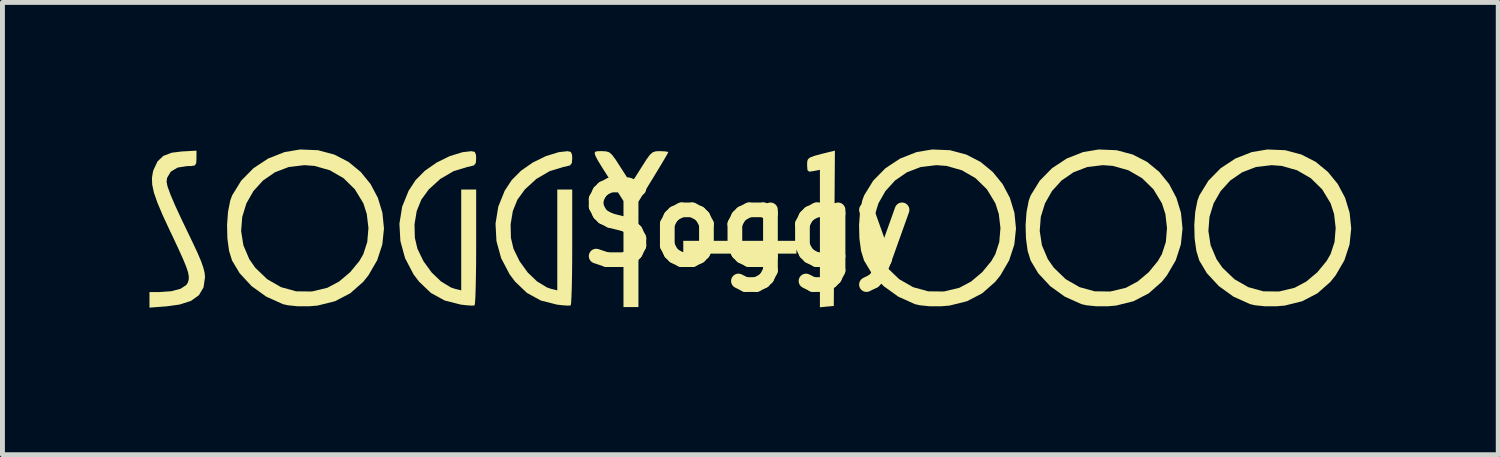
<source format=kicad_pcb>
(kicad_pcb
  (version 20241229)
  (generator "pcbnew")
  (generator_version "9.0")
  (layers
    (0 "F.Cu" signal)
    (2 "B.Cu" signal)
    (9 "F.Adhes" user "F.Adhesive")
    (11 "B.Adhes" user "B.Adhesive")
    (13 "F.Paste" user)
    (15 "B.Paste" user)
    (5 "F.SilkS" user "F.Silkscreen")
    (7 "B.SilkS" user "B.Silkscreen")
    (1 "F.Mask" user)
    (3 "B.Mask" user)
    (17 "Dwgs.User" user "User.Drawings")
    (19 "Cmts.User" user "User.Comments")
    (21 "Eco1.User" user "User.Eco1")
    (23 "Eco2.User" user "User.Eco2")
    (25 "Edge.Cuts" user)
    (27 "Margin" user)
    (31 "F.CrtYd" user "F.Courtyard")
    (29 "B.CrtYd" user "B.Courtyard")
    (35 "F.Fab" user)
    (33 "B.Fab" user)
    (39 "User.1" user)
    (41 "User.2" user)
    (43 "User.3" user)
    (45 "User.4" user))
  (footprint "Soggy"
    (layer "F.Cu")
    (at 12.199 1.559)
    (property "Reference" "Soggy" (at 0 0 0) (layer "F.SilkS") (effects (font (size 1.524 1.524) (thickness 0.3))))
    (attr board_only exclude_from_pos_files exclude_from_bom)
    (fp_poly (pts (xy 1.002 0.566) (xy -1.307 0.566) (xy -1.307 0.305) (xy 1.002 0.305)) (stroke (width 0) (type solid)) (fill yes) (layer "F.SilkS"))
    (fp_poly (pts (xy 1.776 0.05) (xy 1.764 1.634) (xy 1.623 1.647) (xy 1.481 1.661) (xy 1.481 -1.144) (xy 1.351 -1.118) (xy 1.263 -1.106) (xy 1.227 -1.137) (xy 1.22 -1.23) (xy 1.22 -1.241) (xy 1.222 -1.311) (xy 1.237 -1.36) (xy 1.28 -1.396) (xy 1.368 -1.429) (xy 1.513 -1.468) (xy 1.667 -1.506) (xy 1.787 -1.535)) (stroke (width 0) (type solid)) (fill yes) (layer "F.SilkS"))
    (fp_poly (pts (xy -2.971 -1.525) (xy -2.885 -1.521) (xy -2.82 -1.502) (xy -2.761 -1.451) (xy -2.689 -1.355) (xy -2.589 -1.2) (xy -2.588 -1.198) (xy -2.495 -1.053) (xy -2.422 -0.941) (xy -2.378 -0.879) (xy -2.371 -0.871) (xy -2.346 -0.906) (xy -2.285 -0.997) (xy -2.201 -1.13) (xy -2.158 -1.198) (xy -2.059 -1.354) (xy -1.988 -1.451) (xy -1.929 -1.502) (xy -1.865 -1.522) (xy -1.783 -1.525) (xy -1.675 -1.52) (xy -1.616 -1.509) (xy -1.612 -1.505) (xy -1.634 -1.463) (xy -1.693 -1.361) (xy -1.781 -1.213) (xy -1.89 -1.034) (xy -1.917 -0.989) (xy -2.222 -0.493) (xy -2.222 1.656) (xy -2.527 1.656) (xy -2.527 -0.507) (xy -2.815 -0.96) (xy -2.952 -1.175) (xy -3.046 -1.327) (xy -3.099 -1.428) (xy -3.116 -1.487) (xy -3.099 -1.515) (xy -3.05 -1.524) (xy -2.973 -1.525)) (stroke (width 0) (type solid)) (fill yes) (layer "F.SilkS"))
    (fp_poly (pts (xy -5.563 -1.51) (xy -5.537 -1.451) (xy -5.533 -1.378) (xy -5.54 -1.283) (xy -5.577 -1.235) (xy -5.669 -1.21) (xy -5.711 -1.203) (xy -5.995 -1.116) (xy -6.265 -0.958) (xy -6.5 -0.744) (xy -6.652 -0.535) (xy -6.746 -0.303) (xy -6.791 -0.032) (xy -6.784 0.244) (xy -6.731 0.468) (xy -6.607 0.723) (xy -6.441 0.951) (xy -6.25 1.134) (xy -6.05 1.256) (xy -5.958 1.287) (xy -5.838 1.316) (xy -5.838 -0.741) (xy -5.533 -0.741) (xy -5.533 0.433) (xy -5.534 0.744) (xy -5.538 1.025) (xy -5.543 1.265) (xy -5.549 1.452) (xy -5.557 1.575) (xy -5.566 1.623) (xy -5.566 1.623) (xy -5.624 1.627) (xy -5.739 1.619) (xy -5.848 1.606) (xy -6.175 1.523) (xy -6.457 1.368) (xy -6.7 1.136) (xy -6.811 0.989) (xy -6.983 0.66) (xy -7.079 0.311) (xy -7.099 -0.044) (xy -7.043 -0.392) (xy -6.91 -0.719) (xy -6.767 -0.936) (xy -6.578 -1.126) (xy -6.338 -1.293) (xy -6.073 -1.423) (xy -5.809 -1.504) (xy -5.631 -1.524)) (stroke (width 0) (type solid)) (fill yes) (layer "F.SilkS"))
    (fp_poly (pts (xy -3.603 -1.51) (xy -3.576 -1.451) (xy -3.573 -1.378) (xy -3.58 -1.283) (xy -3.617 -1.235) (xy -3.709 -1.21) (xy -3.751 -1.203) (xy -4.035 -1.116) (xy -4.305 -0.958) (xy -4.539 -0.744) (xy -4.691 -0.535) (xy -4.785 -0.303) (xy -4.83 -0.032) (xy -4.824 0.244) (xy -4.771 0.468) (xy -4.646 0.723) (xy -4.481 0.951) (xy -4.29 1.134) (xy -4.089 1.256) (xy -3.997 1.287) (xy -3.878 1.316) (xy -3.878 -0.741) (xy -3.573 -0.741) (xy -3.573 0.433) (xy -3.574 0.744) (xy -3.577 1.025) (xy -3.582 1.265) (xy -3.589 1.452) (xy -3.596 1.575) (xy -3.605 1.623) (xy -3.605 1.623) (xy -3.663 1.627) (xy -3.779 1.619) (xy -3.887 1.606) (xy -4.214 1.523) (xy -4.497 1.368) (xy -4.74 1.136) (xy -4.85 0.989) (xy -5.023 0.66) (xy -5.119 0.311) (xy -5.138 -0.044) (xy -5.082 -0.392) (xy -4.95 -0.719) (xy -4.807 -0.936) (xy -4.617 -1.126) (xy -4.377 -1.293) (xy -4.112 -1.423) (xy -3.849 -1.504) (xy -3.671 -1.524)) (stroke (width 0) (type solid)) (fill yes) (layer "F.SilkS"))
    (fp_poly (pts (xy -11.24 -1.377) (xy -11.245 -1.28) (xy -11.273 -1.234) (xy -11.35 -1.221) (xy -11.431 -1.22) (xy -11.624 -1.19) (xy -11.764 -1.107) (xy -11.84 -0.979) (xy -11.85 -0.898) (xy -11.83 -0.802) (xy -11.769 -0.635) (xy -11.671 -0.406) (xy -11.538 -0.119) (xy -11.458 0.046) (xy -11.32 0.334) (xy -11.216 0.556) (xy -11.144 0.726) (xy -11.099 0.856) (xy -11.074 0.957) (xy -11.066 1.043) (xy -11.066 1.05) (xy -11.096 1.255) (xy -11.19 1.414) (xy -11.351 1.53) (xy -11.584 1.605) (xy -11.851 1.642) (xy -12.199 1.668) (xy -12.199 1.351) (xy -11.992 1.35) (xy -11.75 1.333) (xy -11.564 1.283) (xy -11.446 1.205) (xy -11.415 1.155) (xy -11.398 1.096) (xy -11.397 1.029) (xy -11.413 0.943) (xy -11.452 0.827) (xy -11.517 0.669) (xy -11.612 0.46) (xy -11.74 0.186) (xy -11.786 0.091) (xy -11.932 -0.224) (xy -12.038 -0.475) (xy -12.108 -0.677) (xy -12.143 -0.84) (xy -12.149 -0.978) (xy -12.128 -1.104) (xy -12.116 -1.143) (xy -12.035 -1.315) (xy -11.917 -1.428) (xy -11.746 -1.493) (xy -11.543 -1.518) (xy -11.24 -1.535)) (stroke (width 0) (type solid)) (fill yes) (layer "F.SilkS"))
    (fp_poly (pts (xy -8.76 -1.544) (xy -8.43 -1.456) (xy -8.139 -1.306) (xy -7.89 -1.102) (xy -7.688 -0.854) (xy -7.539 -0.573) (xy -7.446 -0.267) (xy -7.414 0.054) (xy -7.448 0.38) (xy -7.553 0.702) (xy -7.732 1.01) (xy -7.838 1.142) (xy -8.103 1.376) (xy -8.415 1.538) (xy -8.769 1.626) (xy -8.946 1.641) (xy -9.178 1.64) (xy -9.375 1.62) (xy -9.476 1.597) (xy -9.816 1.444) (xy -10.116 1.229) (xy -10.359 0.966) (xy -10.514 0.707) (xy -10.575 0.51) (xy -10.609 0.26) (xy -10.613 0.104) (xy -10.329 0.104) (xy -10.283 0.395) (xy -10.163 0.678) (xy -10.042 0.853) (xy -9.797 1.088) (xy -9.515 1.25) (xy -9.208 1.335) (xy -8.886 1.339) (xy -8.569 1.263) (xy -8.331 1.136) (xy -8.105 0.946) (xy -7.917 0.718) (xy -7.835 0.576) (xy -7.755 0.328) (xy -7.731 0.044) (xy -7.765 -0.243) (xy -7.835 -0.462) (xy -8.008 -0.746) (xy -8.239 -0.973) (xy -8.519 -1.135) (xy -8.835 -1.224) (xy -9.04 -1.239) (xy -9.359 -1.201) (xy -9.642 -1.092) (xy -9.883 -0.925) (xy -10.078 -0.71) (xy -10.221 -0.46) (xy -10.306 -0.184) (xy -10.329 0.104) (xy -10.613 0.104) (xy -10.616 -0.014) (xy -10.597 -0.282) (xy -10.552 -0.514) (xy -10.513 -0.621) (xy -10.328 -0.922) (xy -10.078 -1.176) (xy -9.778 -1.374) (xy -9.443 -1.506) (xy -9.124 -1.559)) (stroke (width 0) (type solid)) (fill yes) (layer "F.SilkS"))
    (fp_poly (pts (xy 4.136 -1.544) (xy 4.466 -1.456) (xy 4.757 -1.306) (xy 5.006 -1.102) (xy 5.208 -0.854) (xy 5.357 -0.573) (xy 5.45 -0.267) (xy 5.482 0.054) (xy 5.448 0.38) (xy 5.343 0.702) (xy 5.164 1.01) (xy 5.058 1.142) (xy 4.793 1.376) (xy 4.481 1.538) (xy 4.127 1.626) (xy 3.95 1.641) (xy 3.718 1.64) (xy 3.521 1.62) (xy 3.42 1.597) (xy 3.08 1.444) (xy 2.781 1.229) (xy 2.537 0.966) (xy 2.382 0.707) (xy 2.321 0.51) (xy 2.287 0.26) (xy 2.283 0.104) (xy 2.567 0.104) (xy 2.613 0.395) (xy 2.733 0.678) (xy 2.854 0.853) (xy 3.099 1.088) (xy 3.381 1.25) (xy 3.688 1.335) (xy 4.01 1.339) (xy 4.327 1.263) (xy 4.565 1.136) (xy 4.791 0.946) (xy 4.979 0.718) (xy 5.061 0.576) (xy 5.141 0.328) (xy 5.165 0.044) (xy 5.131 -0.243) (xy 5.061 -0.462) (xy 4.889 -0.746) (xy 4.657 -0.973) (xy 4.377 -1.135) (xy 4.061 -1.224) (xy 3.856 -1.239) (xy 3.537 -1.201) (xy 3.254 -1.092) (xy 3.013 -0.925) (xy 2.818 -0.71) (xy 2.675 -0.46) (xy 2.59 -0.184) (xy 2.567 0.104) (xy 2.283 0.104) (xy 2.28 -0.014) (xy 2.299 -0.282) (xy 2.344 -0.514) (xy 2.383 -0.621) (xy 2.568 -0.922) (xy 2.818 -1.176) (xy 3.118 -1.374) (xy 3.454 -1.506) (xy 3.772 -1.559)) (stroke (width 0) (type solid)) (fill yes) (layer "F.SilkS"))
    (fp_poly (pts (xy 7.534 -1.544) (xy 7.864 -1.456) (xy 8.156 -1.306) (xy 8.405 -1.102) (xy 8.606 -0.854) (xy 8.755 -0.573) (xy 8.848 -0.267) (xy 8.88 0.054) (xy 8.846 0.38) (xy 8.742 0.702) (xy 8.562 1.01) (xy 8.456 1.142) (xy 8.191 1.376) (xy 7.879 1.538) (xy 7.525 1.626) (xy 7.348 1.641) (xy 7.116 1.64) (xy 6.919 1.62) (xy 6.818 1.597) (xy 6.478 1.444) (xy 6.179 1.229) (xy 5.935 0.966) (xy 5.781 0.707) (xy 5.72 0.51) (xy 5.686 0.26) (xy 5.681 0.104) (xy 5.966 0.104) (xy 6.011 0.395) (xy 6.131 0.678) (xy 6.253 0.853) (xy 6.497 1.088) (xy 6.779 1.25) (xy 7.087 1.335) (xy 7.408 1.339) (xy 7.725 1.263) (xy 7.963 1.136) (xy 8.189 0.946) (xy 8.377 0.718) (xy 8.459 0.576) (xy 8.54 0.328) (xy 8.563 0.044) (xy 8.53 -0.243) (xy 8.459 -0.462) (xy 8.287 -0.746) (xy 8.055 -0.973) (xy 7.775 -1.135) (xy 7.459 -1.224) (xy 7.254 -1.239) (xy 6.935 -1.201) (xy 6.653 -1.092) (xy 6.411 -0.925) (xy 6.216 -0.71) (xy 6.074 -0.46) (xy 5.988 -0.184) (xy 5.966 0.104) (xy 5.681 0.104) (xy 5.678 -0.014) (xy 5.697 -0.282) (xy 5.742 -0.514) (xy 5.781 -0.621) (xy 5.967 -0.922) (xy 6.216 -1.176) (xy 6.516 -1.374) (xy 6.852 -1.506) (xy 7.17 -1.559)) (stroke (width 0) (type solid)) (fill yes) (layer "F.SilkS"))
    (fp_poly (pts (xy 10.976 -1.544) (xy 11.306 -1.456) (xy 11.598 -1.306) (xy 11.846 -1.102) (xy 12.048 -0.854) (xy 12.197 -0.573) (xy 12.29 -0.267) (xy 12.322 0.054) (xy 12.288 0.38) (xy 12.183 0.702) (xy 12.004 1.01) (xy 11.898 1.142) (xy 11.633 1.376) (xy 11.321 1.538) (xy 10.967 1.626) (xy 10.79 1.641) (xy 10.558 1.64) (xy 10.361 1.62) (xy 10.26 1.597) (xy 9.92 1.444) (xy 9.621 1.229) (xy 9.377 0.966) (xy 9.222 0.707) (xy 9.162 0.51) (xy 9.127 0.26) (xy 9.123 0.104) (xy 9.408 0.104) (xy 9.453 0.395) (xy 9.573 0.678) (xy 9.694 0.853) (xy 9.939 1.088) (xy 10.221 1.25) (xy 10.528 1.335) (xy 10.85 1.339) (xy 11.167 1.263) (xy 11.405 1.136) (xy 11.631 0.946) (xy 11.819 0.718) (xy 11.901 0.576) (xy 11.982 0.328) (xy 12.005 0.044) (xy 11.972 -0.243) (xy 11.901 -0.462) (xy 11.729 -0.746) (xy 11.497 -0.973) (xy 11.217 -1.135) (xy 10.901 -1.224) (xy 10.696 -1.239) (xy 10.377 -1.201) (xy 10.095 -1.092) (xy 9.853 -0.925) (xy 9.658 -0.71) (xy 9.515 -0.46) (xy 9.43 -0.184) (xy 9.408 0.104) (xy 9.123 0.104) (xy 9.12 -0.014) (xy 9.139 -0.282) (xy 9.184 -0.514) (xy 9.223 -0.621) (xy 9.408 -0.922) (xy 9.658 -1.176) (xy 9.958 -1.374) (xy 10.294 -1.506) (xy 10.612 -1.559)) (stroke (width 0) (type solid)) (fill yes) (layer "F.SilkS")))
  (gr_rect
    (start -3 -3)
    (end 27.521 6.228)
    (stroke (width 0.1) (type default))
    (fill no)
    (layer "Edge.Cuts")))
</source>
